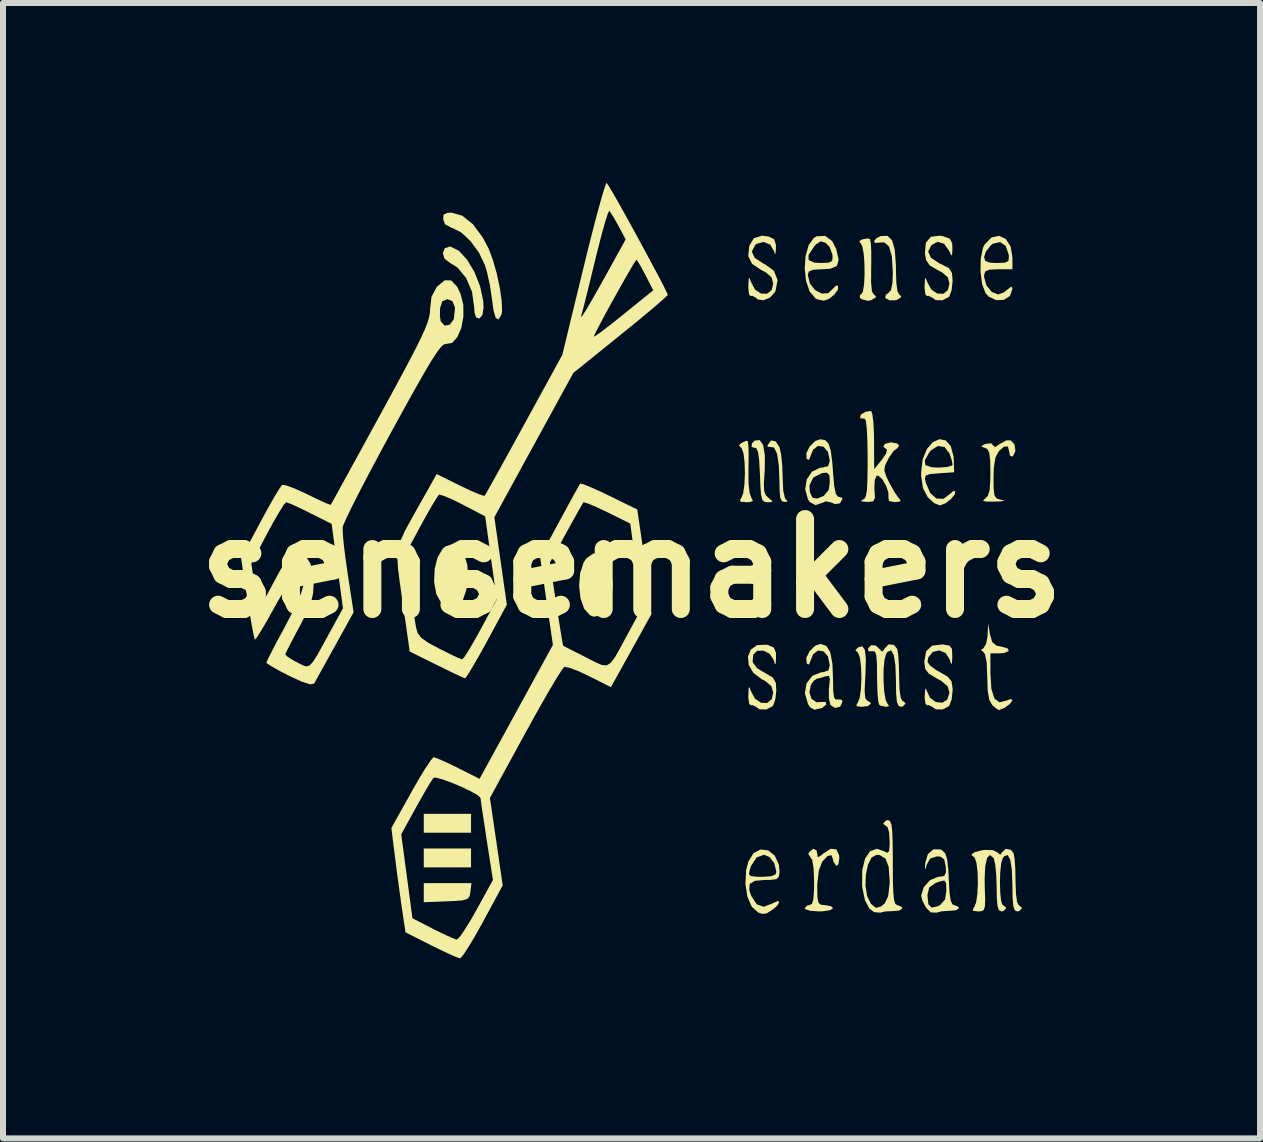
<source format=kicad_pcb>
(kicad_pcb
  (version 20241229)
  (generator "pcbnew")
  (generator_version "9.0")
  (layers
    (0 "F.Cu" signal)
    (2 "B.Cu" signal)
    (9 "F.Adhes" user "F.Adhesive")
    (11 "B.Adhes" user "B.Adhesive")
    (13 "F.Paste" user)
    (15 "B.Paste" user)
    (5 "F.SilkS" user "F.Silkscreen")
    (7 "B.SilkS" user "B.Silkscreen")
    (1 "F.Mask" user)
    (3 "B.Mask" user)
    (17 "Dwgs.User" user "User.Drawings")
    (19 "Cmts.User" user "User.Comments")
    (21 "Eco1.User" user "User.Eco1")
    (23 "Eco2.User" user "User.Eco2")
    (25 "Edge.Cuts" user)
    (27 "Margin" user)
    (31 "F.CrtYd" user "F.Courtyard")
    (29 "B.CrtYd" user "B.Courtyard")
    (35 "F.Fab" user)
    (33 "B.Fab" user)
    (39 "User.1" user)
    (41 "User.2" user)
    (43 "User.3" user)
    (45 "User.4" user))
  (footprint "sensemakers"
    (layer "F.Cu")
    (at 7.479 6.425)
    (property "Reference" "sensemakers" (at 0 0 0) (layer "F.SilkS") (effects (font (size 1.5 1.5) (thickness 0.3))))
    (attr board_only exclude_from_pos_files exclude_from_bom)
    (fp_poly (pts (xy -2.676 4.251) (xy -2.676 4.408) (xy -3.07 4.408) (xy -3.464 4.408) (xy -3.464 4.251) (xy -3.464 4.093) (xy -3.07 4.093) (xy -2.676 4.093)) (stroke (width 0) (type solid)) (fill yes) (layer "F.SilkS"))
    (fp_poly (pts (xy -2.676 4.828) (xy -2.676 4.986) (xy -3.07 4.986) (xy -3.464 4.986) (xy -3.464 4.828) (xy -3.464 4.671) (xy -3.07 4.671) (xy -2.676 4.671)) (stroke (width 0) (type solid)) (fill yes) (layer "F.SilkS"))
    (fp_poly (pts (xy -2.686 5.392) (xy -2.7 5.467) (xy -2.735 5.511) (xy -2.815 5.535) (xy -2.963 5.547) (xy -3.083 5.552) (xy -3.464 5.567) (xy -3.464 5.408) (xy -3.464 5.248) (xy -3.067 5.248) (xy -2.669 5.248)) (stroke (width 0) (type solid)) (fill yes) (layer "F.SilkS"))
    (fp_poly (pts (xy -0.516 -0.238) (xy -0.418 -0.144) (xy -0.348 0.02) (xy -0.316 0.243) (xy -0.315 0.289) (xy -0.34 0.517) (xy -0.409 0.688) (xy -0.511 0.789) (xy -0.634 0.806) (xy -0.693 0.782) (xy -0.79 0.674) (xy -0.851 0.499) (xy -0.874 0.29) (xy -0.857 0.08) (xy -0.798 -0.099) (xy -0.75 -0.169) (xy -0.63 -0.25)) (stroke (width 0) (type solid)) (fill yes) (layer "F.SilkS"))
    (fp_poly (pts (xy -2.914 -0.344) (xy -2.86 -0.293) (xy -2.776 -0.185) (xy -2.737 -0.053) (xy -2.729 0.106) (xy -2.752 0.351) (xy -2.814 0.535) (xy -2.905 0.646) (xy -3.017 0.675) (xy -3.14 0.613) (xy -3.171 0.581) (xy -3.255 0.428) (xy -3.291 0.227) (xy -3.283 0.013) (xy -3.234 -0.183) (xy -3.146 -0.329) (xy -3.092 -0.37) (xy -3.004 -0.392)) (stroke (width 0) (type solid)) (fill yes) (layer "F.SilkS"))
    (fp_poly (pts (xy -3.018 -5.363) (xy -2.879 -5.295) (xy -2.742 -5.146) (xy -2.62 -4.942) (xy -2.526 -4.705) (xy -2.473 -4.461) (xy -2.467 -4.349) (xy -2.486 -4.224) (xy -2.535 -4.164) (xy -2.59 -4.182) (xy -2.616 -4.255) (xy -2.624 -4.357) (xy -2.66 -4.612) (xy -2.759 -4.842) (xy -2.904 -5.017) (xy -3.034 -5.097) (xy -3.12 -5.165) (xy -3.146 -5.257) (xy -3.115 -5.336) (xy -3.029 -5.365)) (stroke (width 0) (type solid)) (fill yes) (layer "F.SilkS"))
    (fp_poly (pts (xy 2.402 -2.117) (xy 2.466 -2.021) (xy 2.494 -1.897) (xy 2.513 -1.711) (xy 2.519 -1.523) (xy 2.529 -1.293) (xy 2.559 -1.164) (xy 2.585 -1.137) (xy 2.603 -1.114) (xy 2.558 -1.106) (xy 2.506 -1.12) (xy 2.478 -1.181) (xy 2.468 -1.313) (xy 2.467 -1.41) (xy 2.456 -1.709) (xy 2.426 -1.911) (xy 2.376 -2.014) (xy 2.324 -2.023) (xy 2.268 -2.027) (xy 2.269 -2.056) (xy 2.327 -2.132)) (stroke (width 0) (type solid)) (fill yes) (layer "F.SilkS"))
    (fp_poly (pts (xy 1.937 -2.121) (xy 1.947 -2.061) (xy 1.952 -1.922) (xy 1.951 -1.732) (xy 1.949 -1.674) (xy 1.95 -1.426) (xy 1.969 -1.253) (xy 1.998 -1.176) (xy 2.024 -1.123) (xy 1.97 -1.104) (xy 1.911 -1.102) (xy 1.815 -1.111) (xy 1.809 -1.145) (xy 1.826 -1.165) (xy 1.861 -1.249) (xy 1.882 -1.398) (xy 1.89 -1.58) (xy 1.885 -1.762) (xy 1.867 -1.914) (xy 1.836 -2.002) (xy 1.824 -2.012) (xy 1.79 -2.048) (xy 1.835 -2.092) (xy 1.912 -2.126)) (stroke (width 0) (type solid)) (fill yes) (layer "F.SilkS"))
    (fp_poly (pts (xy 2.194 -2.054) (xy 2.223 -1.888) (xy 2.221 -1.651) (xy 2.219 -1.614) (xy 2.206 -1.414) (xy 2.211 -1.291) (xy 2.238 -1.218) (xy 2.285 -1.173) (xy 2.35 -1.119) (xy 2.323 -1.103) (xy 2.269 -1.102) (xy 2.214 -1.109) (xy 2.18 -1.144) (xy 2.159 -1.228) (xy 2.148 -1.379) (xy 2.141 -1.561) (xy 2.128 -1.799) (xy 2.108 -1.942) (xy 2.078 -2.004) (xy 2.06 -2.007) (xy 2.001 -2.024) (xy 2.007 -2.084) (xy 2.055 -2.13) (xy 2.136 -2.138)) (stroke (width 0) (type solid)) (fill yes) (layer "F.SilkS"))
    (fp_poly (pts (xy 3.89 1.361) (xy 3.907 1.511) (xy 3.9 1.756) (xy 3.896 1.824) (xy 3.886 2.042) (xy 3.897 2.166) (xy 3.928 2.204) (xy 3.985 2.24) (xy 3.988 2.257) (xy 3.943 2.295) (xy 3.847 2.309) (xy 3.754 2.3) (xy 3.752 2.264) (xy 3.768 2.246) (xy 3.803 2.162) (xy 3.824 2.013) (xy 3.832 1.831) (xy 3.827 1.649) (xy 3.809 1.497) (xy 3.777 1.409) (xy 3.765 1.399) (xy 3.732 1.363) (xy 3.778 1.318) (xy 3.848 1.299)) (stroke (width 0) (type solid)) (fill yes) (layer "F.SilkS"))
    (fp_poly (pts (xy 4.343 -5.47) (xy 4.389 -5.311) (xy 4.407 -5.058) (xy 4.408 -4.976) (xy 4.415 -4.756) (xy 4.434 -4.615) (xy 4.464 -4.566) (xy 4.495 -4.534) (xy 4.487 -4.513) (xy 4.41 -4.469) (xy 4.302 -4.467) (xy 4.228 -4.508) (xy 4.242 -4.563) (xy 4.277 -4.585) (xy 4.325 -4.637) (xy 4.35 -4.758) (xy 4.356 -4.935) (xy 4.34 -5.199) (xy 4.293 -5.365) (xy 4.214 -5.435) (xy 4.143 -5.431) (xy 4.061 -5.426) (xy 4.041 -5.451) (xy 4.085 -5.506) (xy 4.155 -5.539) (xy 4.266 -5.544)) (stroke (width 0) (type solid)) (fill yes) (layer "F.SilkS"))
    (fp_poly (pts (xy -2.824 -5.88) (xy -2.646 -5.738) (xy -2.48 -5.515) (xy -2.382 -5.33) (xy -2.31 -5.137) (xy -2.245 -4.907) (xy -2.195 -4.669) (xy -2.164 -4.453) (xy -2.159 -4.288) (xy -2.17 -4.226) (xy -2.218 -4.149) (xy -2.263 -4.173) (xy -2.3 -4.292) (xy -2.325 -4.474) (xy -2.358 -4.703) (xy -2.409 -4.935) (xy -2.445 -5.056) (xy -2.544 -5.263) (xy -2.682 -5.452) (xy -2.836 -5.598) (xy -2.984 -5.673) (xy -3.002 -5.677) (xy -3.11 -5.736) (xy -3.139 -5.812) (xy -3.135 -5.896) (xy -3.069 -5.927) (xy -3.001 -5.93)) (stroke (width 0) (type solid)) (fill yes) (layer "F.SilkS"))
    (fp_poly (pts (xy 3.975 -5.489) (xy 3.989 -5.424) (xy 3.997 -5.281) (xy 3.997 -5.086) (xy 3.995 -5.01) (xy 3.994 -4.764) (xy 4.008 -4.617) (xy 4.038 -4.566) (xy 4.04 -4.566) (xy 4.075 -4.534) (xy 4.067 -4.513) (xy 3.993 -4.469) (xy 3.936 -4.461) (xy 3.837 -4.486) (xy 3.805 -4.513) (xy 3.809 -4.562) (xy 3.828 -4.566) (xy 3.858 -4.613) (xy 3.877 -4.735) (xy 3.885 -4.901) (xy 3.883 -5.083) (xy 3.87 -5.25) (xy 3.846 -5.373) (xy 3.818 -5.421) (xy 3.795 -5.454) (xy 3.846 -5.484) (xy 3.94 -5.501)) (stroke (width 0) (type solid)) (fill yes) (layer "F.SilkS"))
    (fp_poly (pts (xy 5.976 1.102) (xy 6.014 1.231) (xy 6.085 1.289) (xy 6.153 1.302) (xy 6.27 1.335) (xy 6.29 1.378) (xy 6.215 1.411) (xy 6.14 1.417) (xy 5.983 1.417) (xy 5.983 1.748) (xy 5.999 2.008) (xy 6.049 2.17) (xy 6.133 2.234) (xy 6.236 2.209) (xy 6.326 2.178) (xy 6.35 2.2) (xy 6.31 2.259) (xy 6.221 2.324) (xy 6.133 2.361) (xy 6.121 2.362) (xy 6.068 2.329) (xy 6.013 2.279) (xy 5.964 2.192) (xy 5.938 2.04) (xy 5.93 1.811) (xy 5.921 1.569) (xy 5.892 1.43) (xy 5.865 1.395) (xy 5.826 1.361) (xy 5.865 1.334) (xy 5.909 1.266) (xy 5.935 1.138) (xy 5.937 1.111) (xy 5.944 0.918)) (stroke (width 0) (type solid)) (fill yes) (layer "F.SilkS"))
    (fp_poly (pts (xy 6.386 -2.063) (xy 6.4 -1.955) (xy 6.358 -1.869) (xy 6.35 -1.863) (xy 6.309 -1.879) (xy 6.298 -1.939) (xy 6.275 -2.031) (xy 6.21 -2.029) (xy 6.122 -1.951) (xy 6.067 -1.847) (xy 6.04 -1.676) (xy 6.035 -1.508) (xy 6.037 -1.323) (xy 6.051 -1.217) (xy 6.085 -1.166) (xy 6.149 -1.145) (xy 6.179 -1.14) (xy 6.217 -1.127) (xy 6.16 -1.116) (xy 6.061 -1.112) (xy 5.914 -1.112) (xy 5.859 -1.127) (xy 5.888 -1.157) (xy 5.891 -1.159) (xy 5.94 -1.208) (xy 5.969 -1.299) (xy 5.981 -1.457) (xy 5.983 -1.599) (xy 5.979 -1.804) (xy 5.964 -1.925) (xy 5.934 -1.987) (xy 5.891 -2.008) (xy 5.831 -2.03) (xy 5.864 -2.058) (xy 5.901 -2.074) (xy 5.996 -2.086) (xy 6.024 -2.053) (xy 6.063 -2.022) (xy 6.143 -2.076) (xy 6.144 -2.076) (xy 6.248 -2.133) (xy 6.322 -2.133)) (stroke (width 0) (type solid)) (fill yes) (layer "F.SilkS"))
    (fp_poly (pts (xy 2.287 -5.531) (xy 2.378 -5.486) (xy 2.407 -5.393) (xy 2.407 -5.334) (xy 2.399 -5.24) (xy 2.386 -5.248) (xy 2.377 -5.285) (xy 2.313 -5.396) (xy 2.201 -5.442) (xy 2.084 -5.409) (xy 2.06 -5.389) (xy 2.005 -5.281) (xy 2.052 -5.177) (xy 2.197 -5.082) (xy 2.221 -5.072) (xy 2.373 -4.961) (xy 2.435 -4.806) (xy 2.4 -4.623) (xy 2.392 -4.607) (xy 2.309 -4.514) (xy 2.199 -4.469) (xy 2.102 -4.483) (xy 2.074 -4.511) (xy 2.011 -4.544) (xy 1.991 -4.537) (xy 1.961 -4.563) (xy 1.947 -4.666) (xy 1.947 -4.707) (xy 1.953 -4.823) (xy 1.966 -4.842) (xy 1.988 -4.781) (xy 2.057 -4.65) (xy 2.157 -4.581) (xy 2.259 -4.577) (xy 2.337 -4.639) (xy 2.362 -4.747) (xy 2.335 -4.851) (xy 2.239 -4.934) (xy 2.165 -4.972) (xy 2.009 -5.076) (xy 1.946 -5.207) (xy 1.963 -5.377) (xy 2.038 -5.503) (xy 2.175 -5.546)) (stroke (width 0) (type solid)) (fill yes) (layer "F.SilkS"))
    (fp_poly (pts (xy 2.275 1.279) (xy 2.373 1.322) (xy 2.408 1.409) (xy 2.409 1.484) (xy 2.403 1.591) (xy 2.392 1.6) (xy 2.367 1.522) (xy 2.302 1.424) (xy 2.198 1.372) (xy 2.094 1.376) (xy 2.029 1.44) (xy 2.018 1.563) (xy 2.096 1.668) (xy 2.233 1.749) (xy 2.354 1.82) (xy 2.405 1.908) (xy 2.414 2.035) (xy 2.398 2.183) (xy 2.36 2.288) (xy 2.351 2.299) (xy 2.247 2.353) (xy 2.133 2.351) (xy 2.072 2.308) (xy 2.01 2.278) (xy 1.991 2.285) (xy 1.961 2.259) (xy 1.947 2.157) (xy 1.947 2.115) (xy 1.953 1.999) (xy 1.966 1.98) (xy 1.988 2.042) (xy 2.057 2.173) (xy 2.157 2.241) (xy 2.26 2.245) (xy 2.337 2.182) (xy 2.362 2.074) (xy 2.333 1.966) (xy 2.233 1.881) (xy 2.176 1.852) (xy 2.031 1.744) (xy 1.954 1.61) (xy 1.941 1.473) (xy 1.989 1.355) (xy 2.092 1.281) (xy 2.248 1.273)) (stroke (width 0) (type solid)) (fill yes) (layer "F.SilkS"))
    (fp_poly (pts (xy 2.278 4.703) (xy 2.387 4.789) (xy 2.455 4.936) (xy 2.467 5.044) (xy 2.459 5.138) (xy 2.417 5.182) (xy 2.313 5.195) (xy 2.233 5.195) (xy 2.056 5.21) (xy 1.969 5.263) (xy 1.963 5.365) (xy 1.994 5.457) (xy 2.086 5.601) (xy 2.204 5.643) (xy 2.343 5.589) (xy 2.436 5.546) (xy 2.464 5.565) (xy 2.426 5.627) (xy 2.35 5.691) (xy 2.252 5.753) (xy 2.185 5.762) (xy 2.111 5.738) (xy 2.005 5.643) (xy 1.932 5.476) (xy 1.899 5.266) (xy 1.907 5.097) (xy 1.957 5.097) (xy 1.99 5.132) (xy 2.094 5.142) (xy 2.174 5.143) (xy 2.329 5.134) (xy 2.402 5.101) (xy 2.414 5.061) (xy 2.381 4.919) (xy 2.299 4.812) (xy 2.209 4.776) (xy 2.085 4.82) (xy 1.994 4.959) (xy 1.971 5.025) (xy 1.957 5.097) (xy 1.907 5.097) (xy 1.909 5.041) (xy 1.947 4.888) (xy 2.035 4.746) (xy 2.153 4.687)) (stroke (width 0) (type solid)) (fill yes) (layer "F.SilkS"))
    (fp_poly (pts (xy 3.084 4.702) (xy 3.096 4.758) (xy 3.104 4.815) (xy 3.144 4.799) (xy 3.192 4.758) (xy 3.321 4.676) (xy 3.414 4.686) (xy 3.461 4.784) (xy 3.464 4.831) (xy 3.449 4.936) (xy 3.413 4.96) (xy 3.411 4.959) (xy 3.363 4.883) (xy 3.359 4.851) (xy 3.333 4.783) (xy 3.267 4.797) (xy 3.179 4.891) (xy 3.178 4.892) (xy 3.123 5.037) (xy 3.097 5.255) (xy 3.096 5.312) (xy 3.099 5.483) (xy 3.116 5.573) (xy 3.156 5.609) (xy 3.227 5.615) (xy 3.326 5.633) (xy 3.359 5.668) (xy 3.312 5.699) (xy 3.193 5.718) (xy 3.123 5.72) (xy 2.982 5.71) (xy 2.897 5.683) (xy 2.886 5.668) (xy 2.929 5.621) (xy 2.965 5.615) (xy 3.007 5.595) (xy 3.031 5.52) (xy 3.042 5.371) (xy 3.044 5.226) (xy 3.035 4.995) (xy 3.011 4.856) (xy 2.982 4.816) (xy 2.948 4.764) (xy 2.959 4.733) (xy 3.029 4.674)) (stroke (width 0) (type solid)) (fill yes) (layer "F.SilkS"))
    (fp_poly (pts (xy 5.193 -5.537) (xy 5.306 -5.497) (xy 5.346 -5.419) (xy 5.35 -5.336) (xy 5.345 -5.229) (xy 5.329 -5.219) (xy 5.298 -5.288) (xy 5.213 -5.409) (xy 5.104 -5.444) (xy 5.001 -5.39) (xy 4.945 -5.282) (xy 4.991 -5.178) (xy 5.136 -5.082) (xy 5.167 -5.069) (xy 5.29 -5.005) (xy 5.342 -4.925) (xy 5.353 -4.789) (xy 5.337 -4.641) (xy 5.299 -4.535) (xy 5.29 -4.524) (xy 5.185 -4.469) (xy 5.072 -4.471) (xy 5.011 -4.514) (xy 4.948 -4.544) (xy 4.929 -4.537) (xy 4.9 -4.563) (xy 4.886 -4.666) (xy 4.886 -4.707) (xy 4.892 -4.823) (xy 4.905 -4.842) (xy 4.926 -4.781) (xy 4.996 -4.65) (xy 5.096 -4.581) (xy 5.198 -4.577) (xy 5.275 -4.639) (xy 5.3 -4.747) (xy 5.274 -4.851) (xy 5.179 -4.933) (xy 5.104 -4.972) (xy 4.972 -5.049) (xy 4.91 -5.139) (xy 4.891 -5.253) (xy 4.907 -5.43) (xy 4.991 -5.528) (xy 5.142 -5.546)) (stroke (width 0) (type solid)) (fill yes) (layer "F.SilkS"))
    (fp_poly (pts (xy 6.24 -5.49) (xy 6.321 -5.363) (xy 6.35 -5.187) (xy 6.35 -4.986) (xy 6.114 -4.986) (xy 5.968 -4.98) (xy 5.899 -4.953) (xy 5.878 -4.89) (xy 5.878 -4.858) (xy 5.915 -4.719) (xy 6.005 -4.608) (xy 6.114 -4.566) (xy 6.206 -4.6) (xy 6.268 -4.648) (xy 6.331 -4.699) (xy 6.35 -4.667) (xy 6.35 -4.659) (xy 6.309 -4.541) (xy 6.208 -4.476) (xy 6.079 -4.471) (xy 5.955 -4.529) (xy 5.901 -4.589) (xy 5.845 -4.739) (xy 5.818 -4.944) (xy 5.822 -5.158) (xy 5.827 -5.187) (xy 5.878 -5.187) (xy 5.898 -5.124) (xy 5.977 -5.096) (xy 6.091 -5.09) (xy 6.226 -5.096) (xy 6.284 -5.126) (xy 6.291 -5.199) (xy 6.288 -5.23) (xy 6.238 -5.375) (xy 6.144 -5.44) (xy 6.027 -5.413) (xy 5.986 -5.382) (xy 5.905 -5.275) (xy 5.878 -5.187) (xy 5.827 -5.187) (xy 5.857 -5.337) (xy 5.884 -5.396) (xy 6.001 -5.516) (xy 6.126 -5.544)) (stroke (width 0) (type solid)) (fill yes) (layer "F.SilkS"))
    (fp_poly (pts (xy 3.346 -5.455) (xy 3.413 -5.322) (xy 3.453 -5.146) (xy 3.424 -5.042) (xy 3.314 -4.994) (xy 3.177 -4.986) (xy 3.026 -4.978) (xy 2.955 -4.948) (xy 2.939 -4.892) (xy 2.973 -4.749) (xy 3.058 -4.64) (xy 3.168 -4.581) (xy 3.278 -4.587) (xy 3.352 -4.657) (xy 3.409 -4.715) (xy 3.442 -4.71) (xy 3.442 -4.648) (xy 3.382 -4.565) (xy 3.293 -4.492) (xy 3.206 -4.462) (xy 3.095 -4.485) (xy 3.065 -4.501) (xy 2.968 -4.618) (xy 2.909 -4.795) (xy 2.887 -5.002) (xy 2.902 -5.209) (xy 2.906 -5.224) (xy 2.951 -5.224) (xy 2.952 -5.139) (xy 3.047 -5.097) (xy 3.152 -5.09) (xy 3.287 -5.096) (xy 3.345 -5.126) (xy 3.352 -5.199) (xy 3.349 -5.23) (xy 3.303 -5.356) (xy 3.237 -5.426) (xy 3.155 -5.452) (xy 3.077 -5.402) (xy 3.041 -5.36) (xy 2.951 -5.224) (xy 2.906 -5.224) (xy 2.953 -5.388) (xy 3.04 -5.51) (xy 3.085 -5.535) (xy 3.228 -5.543)) (stroke (width 0) (type solid)) (fill yes) (layer "F.SilkS"))
    (fp_poly (pts (xy 5.237 -2.133) (xy 5.321 -2.039) (xy 5.369 -1.864) (xy 5.373 -1.796) (xy 5.379 -1.601) (xy 5.125 -1.584) (xy 4.974 -1.571) (xy 4.904 -1.546) (xy 4.892 -1.493) (xy 4.906 -1.427) (xy 4.979 -1.256) (xy 5.083 -1.164) (xy 5.2 -1.159) (xy 5.301 -1.235) (xy 5.367 -1.288) (xy 5.395 -1.287) (xy 5.389 -1.232) (xy 5.324 -1.154) (xy 5.232 -1.083) (xy 5.144 -1.05) (xy 5.139 -1.05) (xy 5.044 -1.088) (xy 4.942 -1.182) (xy 4.937 -1.188) (xy 4.859 -1.336) (xy 4.829 -1.537) (xy 4.828 -1.601) (xy 4.852 -1.799) (xy 4.889 -1.799) (xy 4.9 -1.72) (xy 5.002 -1.685) (xy 5.117 -1.679) (xy 5.258 -1.689) (xy 5.342 -1.714) (xy 5.353 -1.728) (xy 5.336 -1.81) (xy 5.302 -1.912) (xy 5.22 -2.021) (xy 5.108 -2.04) (xy 4.992 -1.967) (xy 4.962 -1.93) (xy 4.889 -1.799) (xy 4.852 -1.799) (xy 4.855 -1.822) (xy 4.926 -1.992) (xy 5.024 -2.104) (xy 5.133 -2.153)) (stroke (width 0) (type solid)) (fill yes) (layer "F.SilkS"))
    (fp_poly (pts (xy 5.189 1.269) (xy 5.299 1.288) (xy 5.342 1.343) (xy 5.348 1.467) (xy 5.342 1.58) (xy 5.33 1.595) (xy 5.306 1.522) (xy 5.236 1.411) (xy 5.129 1.369) (xy 5.022 1.395) (xy 4.948 1.484) (xy 4.934 1.56) (xy 4.976 1.621) (xy 5.084 1.699) (xy 5.143 1.732) (xy 5.275 1.809) (xy 5.336 1.887) (xy 5.353 2.004) (xy 5.353 2.037) (xy 5.337 2.184) (xy 5.298 2.288) (xy 5.29 2.299) (xy 5.185 2.353) (xy 5.072 2.351) (xy 5.011 2.308) (xy 4.948 2.278) (xy 4.929 2.285) (xy 4.9 2.259) (xy 4.887 2.157) (xy 4.888 2.115) (xy 4.897 2.015) (xy 4.911 2.005) (xy 4.917 2.03) (xy 4.976 2.158) (xy 5.073 2.229) (xy 5.179 2.241) (xy 5.264 2.19) (xy 5.3 2.074) (xy 5.3 2.07) (xy 5.271 1.969) (xy 5.17 1.881) (xy 5.09 1.837) (xy 4.957 1.757) (xy 4.896 1.678) (xy 4.881 1.562) (xy 4.881 1.553) (xy 4.912 1.382) (xy 5.011 1.289) (xy 5.185 1.269)) (stroke (width 0) (type solid)) (fill yes) (layer "F.SilkS"))
    (fp_poly (pts (xy 4.374 1.276) (xy 4.429 1.343) (xy 4.445 1.434) (xy 4.456 1.596) (xy 4.461 1.796) (xy 4.461 1.815) (xy 4.467 2.012) (xy 4.485 2.148) (xy 4.511 2.204) (xy 4.513 2.204) (xy 4.564 2.244) (xy 4.566 2.257) (xy 4.523 2.303) (xy 4.487 2.309) (xy 4.448 2.29) (xy 4.423 2.22) (xy 4.411 2.082) (xy 4.408 1.866) (xy 4.399 1.61) (xy 4.371 1.443) (xy 4.327 1.368) (xy 4.269 1.392) (xy 4.246 1.423) (xy 4.217 1.524) (xy 4.202 1.686) (xy 4.201 1.876) (xy 4.213 2.057) (xy 4.237 2.194) (xy 4.261 2.246) (xy 4.294 2.297) (xy 4.244 2.309) (xy 4.15 2.289) (xy 4.128 2.274) (xy 4.112 2.209) (xy 4.1 2.065) (xy 4.094 1.871) (xy 4.093 1.796) (xy 4.091 1.579) (xy 4.08 1.449) (xy 4.059 1.389) (xy 4.023 1.381) (xy 4.015 1.383) (xy 3.947 1.383) (xy 3.944 1.333) (xy 3.996 1.281) (xy 4.071 1.287) (xy 4.121 1.332) (xy 4.176 1.39) (xy 4.208 1.36) (xy 4.217 1.34) (xy 4.285 1.268)) (stroke (width 0) (type solid)) (fill yes) (layer "F.SilkS"))
    (fp_poly (pts (xy 3.228 -2.137) (xy 3.284 -2.08) (xy 3.321 -1.963) (xy 3.346 -1.771) (xy 3.359 -1.601) (xy 3.379 -1.372) (xy 3.406 -1.24) (xy 3.442 -1.194) (xy 3.451 -1.194) (xy 3.511 -1.176) (xy 3.516 -1.158) (xy 3.476 -1.084) (xy 3.39 -1.07) (xy 3.341 -1.095) (xy 3.241 -1.118) (xy 3.199 -1.1) (xy 3.069 -1.053) (xy 2.971 -1.105) (xy 2.941 -1.151) (xy 2.895 -1.32) (xy 2.905 -1.383) (xy 2.966 -1.383) (xy 2.974 -1.268) (xy 3.019 -1.175) (xy 3.1 -1.164) (xy 3.205 -1.209) (xy 3.287 -1.306) (xy 3.306 -1.438) (xy 3.298 -1.555) (xy 3.256 -1.595) (xy 3.173 -1.587) (xy 3.031 -1.515) (xy 2.966 -1.383) (xy 2.905 -1.383) (xy 2.922 -1.484) (xy 3.009 -1.612) (xy 3.142 -1.677) (xy 3.178 -1.679) (xy 3.277 -1.703) (xy 3.305 -1.79) (xy 3.305 -1.797) (xy 3.274 -1.943) (xy 3.2 -2.027) (xy 3.108 -2.041) (xy 3.027 -1.978) (xy 2.991 -1.89) (xy 2.959 -1.807) (xy 2.921 -1.824) (xy 2.919 -1.826) (xy 2.914 -1.921) (xy 2.971 -2.032) (xy 3.062 -2.122) (xy 3.147 -2.152)) (stroke (width 0) (type solid)) (fill yes) (layer "F.SilkS"))
    (fp_poly (pts (xy 5.15 4.686) (xy 5.182 4.703) (xy 5.231 4.755) (xy 5.262 4.854) (xy 5.281 5.02) (xy 5.289 5.188) (xy 5.302 5.409) (xy 5.321 5.542) (xy 5.352 5.604) (xy 5.381 5.615) (xy 5.45 5.643) (xy 5.458 5.666) (xy 5.413 5.7) (xy 5.314 5.709) (xy 5.172 5.718) (xy 5.083 5.741) (xy 4.988 5.736) (xy 4.912 5.66) (xy 4.849 5.542) (xy 4.828 5.458) (xy 4.831 5.448) (xy 4.933 5.448) (xy 4.948 5.599) (xy 5.002 5.657) (xy 5.106 5.634) (xy 5.146 5.613) (xy 5.227 5.521) (xy 5.248 5.377) (xy 5.244 5.249) (xy 5.214 5.204) (xy 5.13 5.223) (xy 5.068 5.247) (xy 4.963 5.319) (xy 4.933 5.445) (xy 4.933 5.448) (xy 4.831 5.448) (xy 4.871 5.317) (xy 4.976 5.199) (xy 5.107 5.144) (xy 5.123 5.143) (xy 5.212 5.13) (xy 5.242 5.071) (xy 5.238 4.972) (xy 5.213 4.853) (xy 5.151 4.807) (xy 5.093 4.802) (xy 4.978 4.838) (xy 4.925 4.933) (xy 4.898 5.017) (xy 4.891 5.005) (xy 4.897 4.912) (xy 4.94 4.766) (xy 5.033 4.685)) (stroke (width 0) (type solid)) (fill yes) (layer "F.SilkS"))
    (fp_poly (pts (xy 3.248 1.293) (xy 3.313 1.4) (xy 3.349 1.591) (xy 3.359 1.839) (xy 3.362 2.036) (xy 3.375 2.146) (xy 3.402 2.188) (xy 3.437 2.185) (xy 3.505 2.192) (xy 3.516 2.226) (xy 3.478 2.307) (xy 3.395 2.328) (xy 3.318 2.28) (xy 3.314 2.272) (xy 3.29 2.167) (xy 3.29 2.014) (xy 3.294 1.977) (xy 3.307 1.845) (xy 3.29 1.794) (xy 3.237 1.8) (xy 3.231 1.802) (xy 3.13 1.832) (xy 3.094 1.837) (xy 3.035 1.878) (xy 2.991 1.942) (xy 2.964 2.067) (xy 3.001 2.175) (xy 3.085 2.233) (xy 3.152 2.229) (xy 3.236 2.227) (xy 3.248 2.271) (xy 3.181 2.325) (xy 3.171 2.33) (xy 3.05 2.358) (xy 2.975 2.315) (xy 2.941 2.26) (xy 2.89 2.082) (xy 2.918 1.917) (xy 3.013 1.792) (xy 3.162 1.733) (xy 3.192 1.732) (xy 3.283 1.702) (xy 3.305 1.614) (xy 3.274 1.468) (xy 3.2 1.384) (xy 3.108 1.37) (xy 3.027 1.434) (xy 2.991 1.522) (xy 2.959 1.605) (xy 2.921 1.587) (xy 2.919 1.585) (xy 2.914 1.49) (xy 2.971 1.379) (xy 3.062 1.29) (xy 3.148 1.26)) (stroke (width 0) (type solid)) (fill yes) (layer "F.SilkS"))
    (fp_poly (pts (xy 4.309 4.213) (xy 4.332 4.268) (xy 4.346 4.379) (xy 4.353 4.56) (xy 4.356 4.827) (xy 4.356 4.907) (xy 4.357 5.197) (xy 4.364 5.398) (xy 4.376 5.524) (xy 4.396 5.591) (xy 4.426 5.615) (xy 4.435 5.615) (xy 4.504 5.644) (xy 4.513 5.669) (xy 4.468 5.705) (xy 4.369 5.714) (xy 4.23 5.721) (xy 4.143 5.741) (xy 4.043 5.732) (xy 3.963 5.669) (xy 3.891 5.532) (xy 3.848 5.327) (xy 3.844 5.293) (xy 3.9 5.293) (xy 3.928 5.464) (xy 3.992 5.594) (xy 4.076 5.661) (xy 4.162 5.637) (xy 4.221 5.585) (xy 4.279 5.465) (xy 4.303 5.253) (xy 4.303 5.202) (xy 4.287 4.977) (xy 4.234 4.84) (xy 4.138 4.781) (xy 4.087 4.776) (xy 4.002 4.822) (xy 3.941 4.943) (xy 3.906 5.11) (xy 3.9 5.293) (xy 3.844 5.293) (xy 3.844 5.286) (xy 3.846 5.033) (xy 3.893 4.84) (xy 3.976 4.717) (xy 4.09 4.676) (xy 4.205 4.715) (xy 4.265 4.743) (xy 4.294 4.715) (xy 4.303 4.611) (xy 4.303 4.54) (xy 4.293 4.399) (xy 4.267 4.314) (xy 4.251 4.303) (xy 4.2 4.263) (xy 4.198 4.251) (xy 4.241 4.204) (xy 4.277 4.198)) (stroke (width 0) (type solid)) (fill yes) (layer "F.SilkS"))
    (fp_poly (pts (xy 4.014 -2.575) (xy 4.031 -2.445) (xy 4.041 -2.256) (xy 4.043 -2.139) (xy 4.045 -1.653) (xy 4.173 -1.811) (xy 4.243 -1.913) (xy 4.258 -1.978) (xy 4.25 -1.985) (xy 4.197 -2.029) (xy 4.226 -2.076) (xy 4.321 -2.099) (xy 4.33 -2.099) (xy 4.428 -2.081) (xy 4.461 -2.047) (xy 4.427 -1.996) (xy 4.417 -1.994) (xy 4.365 -1.952) (xy 4.295 -1.849) (xy 4.279 -1.821) (xy 4.226 -1.713) (xy 4.215 -1.629) (xy 4.248 -1.528) (xy 4.304 -1.414) (xy 4.384 -1.271) (xy 4.455 -1.168) (xy 4.481 -1.142) (xy 4.481 -1.115) (xy 4.397 -1.103) (xy 4.397 -1.103) (xy 4.295 -1.119) (xy 4.282 -1.174) (xy 4.283 -1.176) (xy 4.282 -1.266) (xy 4.241 -1.381) (xy 4.18 -1.485) (xy 4.116 -1.544) (xy 4.086 -1.544) (xy 4.055 -1.474) (xy 4.048 -1.344) (xy 4.05 -1.306) (xy 4.058 -1.175) (xy 4.031 -1.118) (xy 3.951 -1.107) (xy 3.911 -1.108) (xy 3.828 -1.118) (xy 3.835 -1.135) (xy 3.844 -1.138) (xy 3.882 -1.159) (xy 3.908 -1.207) (xy 3.924 -1.302) (xy 3.932 -1.459) (xy 3.936 -1.696) (xy 3.936 -1.844) (xy 3.932 -2.12) (xy 3.922 -2.329) (xy 3.907 -2.458) (xy 3.887 -2.495) (xy 3.887 -2.495) (xy 3.82 -2.5) (xy 3.809 -2.513) (xy 3.824 -2.565) (xy 3.905 -2.61) (xy 3.993 -2.624)) (stroke (width 0) (type solid)) (fill yes) (layer "F.SilkS"))
    (fp_poly (pts (xy 6.324 4.693) (xy 6.371 4.754) (xy 6.386 4.845) (xy 6.398 5.007) (xy 6.402 5.207) (xy 6.402 5.226) (xy 6.409 5.423) (xy 6.427 5.56) (xy 6.453 5.615) (xy 6.455 5.615) (xy 6.506 5.655) (xy 6.507 5.668) (xy 6.465 5.714) (xy 6.429 5.72) (xy 6.389 5.701) (xy 6.365 5.632) (xy 6.353 5.493) (xy 6.35 5.277) (xy 6.34 5.021) (xy 6.313 4.854) (xy 6.269 4.779) (xy 6.211 4.803) (xy 6.187 4.834) (xy 6.162 4.922) (xy 6.147 5.068) (xy 6.142 5.241) (xy 6.147 5.41) (xy 6.161 5.544) (xy 6.185 5.612) (xy 6.193 5.615) (xy 6.244 5.655) (xy 6.245 5.668) (xy 6.203 5.714) (xy 6.166 5.72) (xy 6.125 5.7) (xy 6.101 5.627) (xy 6.089 5.481) (xy 6.087 5.314) (xy 6.08 5.108) (xy 6.063 4.939) (xy 6.039 4.836) (xy 6.034 4.828) (xy 5.975 4.78) (xy 5.929 4.826) (xy 5.898 4.959) (xy 5.887 5.169) (xy 5.889 5.314) (xy 5.896 5.518) (xy 5.891 5.639) (xy 5.871 5.698) (xy 5.827 5.718) (xy 5.776 5.72) (xy 5.69 5.71) (xy 5.697 5.671) (xy 5.71 5.657) (xy 5.744 5.573) (xy 5.766 5.425) (xy 5.774 5.244) (xy 5.769 5.063) (xy 5.751 4.912) (xy 5.72 4.823) (xy 5.707 4.813) (xy 5.664 4.776) (xy 5.711 4.736) (xy 5.835 4.702) (xy 5.883 4.695) (xy 6.022 4.698) (xy 6.102 4.737) (xy 6.148 4.775) (xy 6.175 4.736) (xy 6.241 4.676)) (stroke (width 0) (type solid)) (fill yes) (layer "F.SilkS"))
    (fp_poly (pts (xy -0.804 -1.402) (xy -0.679 -1.352) (xy -0.503 -1.272) (xy -0.371 -1.209) (xy 0.095 -0.981) (xy 0.154 -0.582) (xy 0.19 -0.331) (xy 0.231 -0.035) (xy 0.268 0.25) (xy 0.273 0.289) (xy 0.333 0.761) (xy -0.005 1.371) (xy -0.344 1.981) (xy -0.702 1.801) (xy -0.881 1.717) (xy -1.028 1.66) (xy -1.114 1.642) (xy -1.121 1.643) (xy -1.162 1.694) (xy -1.245 1.824) (xy -1.362 2.02) (xy -1.506 2.27) (xy -1.667 2.559) (xy -1.771 2.747) (xy -2.361 3.828) (xy -2.254 4.557) (xy -2.148 5.286) (xy -2.478 5.896) (xy -2.604 6.122) (xy -2.716 6.309) (xy -2.803 6.442) (xy -2.855 6.501) (xy -2.86 6.503) (xy -2.928 6.48) (xy -3.064 6.419) (xy -3.246 6.332) (xy -3.341 6.285) (xy -3.768 6.069) (xy -3.828 5.672) (xy -3.863 5.421) (xy -3.904 5.125) (xy -3.94 4.841) (xy -3.945 4.802) (xy -3.991 4.435) (xy -3.84 4.435) (xy -3.746 5.134) (xy -3.653 5.834) (xy -3.309 6.011) (xy -3.134 6.097) (xy -2.994 6.161) (xy -2.916 6.19) (xy -2.912 6.19) (xy -2.867 6.148) (xy -2.785 6.032) (xy -2.679 5.86) (xy -2.585 5.694) (xy -2.311 5.196) (xy -2.415 4.527) (xy -2.453 4.273) (xy -2.486 4.06) (xy -2.508 3.905) (xy -2.518 3.831) (xy -2.518 3.828) (xy -2.564 3.783) (xy -2.679 3.718) (xy -2.836 3.643) (xy -3.005 3.572) (xy -3.159 3.516) (xy -3.267 3.489) (xy -3.301 3.493) (xy -3.346 3.558) (xy -3.427 3.693) (xy -3.53 3.874) (xy -3.594 3.988) (xy -3.84 4.435) (xy -3.991 4.435) (xy -4.004 4.33) (xy -3.675 3.739) (xy -3.549 3.518) (xy -3.437 3.334) (xy -3.351 3.206) (xy -3.303 3.15) (xy -3.299 3.149) (xy -3.232 3.171) (xy -3.098 3.23) (xy -2.925 3.313) (xy -2.893 3.329) (xy -2.534 3.51) (xy -1.922 2.393) (xy -1.311 1.276) (xy -1.418 0.544) (xy -1.511 -0.097) (xy -1.361 -0.097) (xy -1.255 0.593) (xy -1.215 0.847) (xy -1.181 1.061) (xy -1.155 1.214) (xy -1.14 1.287) (xy -1.139 1.291) (xy -1.09 1.317) (xy -0.971 1.378) (xy -0.805 1.461) (xy -0.762 1.483) (xy -0.605 1.564) (xy -0.495 1.612) (xy -0.413 1.618) (xy -0.343 1.573) (xy -0.266 1.466) (xy -0.167 1.287) (xy -0.056 1.081) (xy 0.169 0.666) (xy 0.074 -0.04) (xy -0.021 -0.746) (xy -0.402 -0.935) (xy -0.581 -1.019) (xy -0.72 -1.078) (xy -0.796 -1.101) (xy -0.803 -1.1) (xy -0.835 -1.046) (xy -0.905 -0.922) (xy -1.004 -0.745) (xy -1.091 -0.586) (xy -1.361 -0.097) (xy -1.511 -0.097) (xy -1.525 -0.187) (xy -1.2 -0.789) (xy -1.077 -1.015) (xy -0.973 -1.206) (xy -0.896 -1.344) (xy -0.858 -1.411) (xy -0.856 -1.414)) (stroke (width 0) (type solid)) (fill yes) (layer "F.SilkS"))
    (fp_poly (pts (xy -0.38 -6.375) (xy -0.305 -6.248) (xy -0.2 -6.064) (xy -0.074 -5.838) (xy 0.063 -5.589) (xy 0.202 -5.333) (xy 0.334 -5.088) (xy 0.45 -4.87) (xy 0.539 -4.699) (xy 0.592 -4.589) (xy 0.604 -4.56) (xy 0.565 -4.518) (xy 0.456 -4.422) (xy 0.291 -4.281) (xy 0.081 -4.107) (xy -0.161 -3.911) (xy -0.184 -3.892) (xy -0.971 -3.257) (xy -1.629 -2.055) (xy -2.287 -0.852) (xy -2.183 -0.122) (xy -2.079 0.607) (xy -2.412 1.222) (xy -2.537 1.448) (xy -2.646 1.636) (xy -2.727 1.77) (xy -2.772 1.831) (xy -2.777 1.833) (xy -2.834 1.81) (xy -2.963 1.75) (xy -3.141 1.663) (xy -3.253 1.608) (xy -3.698 1.387) (xy -3.818 0.549) (xy -3.864 0.235) (xy -3.894 -0.000304) (xy -3.904 -0.18) (xy -3.901 -0.216) (xy -3.782 -0.216) (xy -3.702 0.299) (xy -3.664 0.54) (xy -3.629 0.762) (xy -3.602 0.929) (xy -3.593 0.985) (xy -3.565 1.081) (xy -3.506 1.158) (xy -3.394 1.238) (xy -3.212 1.336) (xy -3.038 1.423) (xy -2.902 1.488) (xy -2.828 1.518) (xy -2.824 1.519) (xy -2.786 1.477) (xy -2.711 1.361) (xy -2.611 1.189) (xy -2.518 1.021) (xy -2.247 0.52) (xy -2.344 -0.173) (xy -2.44 -0.866) (xy -2.807 -1.058) (xy -2.983 -1.146) (xy -3.124 -1.206) (xy -3.203 -1.229) (xy -3.21 -1.228) (xy -3.249 -1.174) (xy -3.326 -1.049) (xy -3.427 -0.871) (xy -3.515 -0.71) (xy -3.782 -0.216) (xy -3.901 -0.216) (xy -3.89 -0.33) (xy -3.847 -0.473) (xy -3.772 -0.636) (xy -3.659 -0.842) (xy -3.536 -1.061) (xy -3.249 -1.571) (xy -2.86 -1.379) (xy -2.679 -1.293) (xy -2.537 -1.233) (xy -2.458 -1.208) (xy -2.449 -1.21) (xy -2.419 -1.26) (xy -2.346 -1.39) (xy -2.236 -1.587) (xy -2.097 -1.839) (xy -1.936 -2.132) (xy -1.791 -2.396) (xy -1.154 -3.559) (xy -1.081 -3.861) (xy -0.63 -3.861) (xy -0.592 -3.881) (xy -0.488 -3.956) (xy -0.335 -4.074) (xy -0.147 -4.224) (xy -0.135 -4.234) (xy 0.361 -4.635) (xy 0.232 -4.889) (xy 0.157 -5.029) (xy 0.101 -5.122) (xy 0.082 -5.143) (xy 0.05 -5.1) (xy -0.019 -4.985) (xy -0.115 -4.818) (xy -0.227 -4.619) (xy -0.344 -4.409) (xy -0.454 -4.208) (xy -0.545 -4.036) (xy -0.608 -3.913) (xy -0.63 -3.861) (xy -1.081 -3.861) (xy -1.001 -4.192) (xy -0.844 -4.192) (xy -0.82 -4.211) (xy -0.755 -4.312) (xy -0.646 -4.498) (xy -0.491 -4.773) (xy -0.445 -4.856) (xy -0.098 -5.484) (xy -0.219 -5.711) (xy -0.296 -5.847) (xy -0.355 -5.939) (xy -0.372 -5.959) (xy -0.394 -5.917) (xy -0.435 -5.79) (xy -0.491 -5.594) (xy -0.555 -5.345) (xy -0.603 -5.154) (xy -0.672 -4.869) (xy -0.734 -4.617) (xy -0.784 -4.417) (xy -0.818 -4.287) (xy -0.829 -4.251) (xy -0.844 -4.192) (xy -1.001 -4.192) (xy -0.803 -5.004) (xy -0.712 -5.375) (xy -0.627 -5.709) (xy -0.551 -5.994) (xy -0.489 -6.216) (xy -0.443 -6.364) (xy -0.417 -6.425) (xy -0.415 -6.425)) (stroke (width 0) (type solid)) (fill yes) (layer "F.SilkS"))
    (fp_poly (pts (xy -3.007 -4.8) (xy -2.908 -4.695) (xy -2.852 -4.581) (xy -2.805 -4.396) (xy -2.803 -4.197) (xy -2.838 -4.008) (xy -2.904 -3.854) (xy -2.993 -3.757) (xy -3.095 -3.741) (xy -3.13 -3.733) (xy -3.178 -3.689) (xy -3.246 -3.6) (xy -3.338 -3.458) (xy -3.459 -3.255) (xy -3.614 -2.982) (xy -3.809 -2.631) (xy -3.996 -2.291) (xy -4.193 -1.926) (xy -4.374 -1.586) (xy -4.533 -1.282) (xy -4.662 -1.027) (xy -4.755 -0.834) (xy -4.808 -0.713) (xy -4.816 -0.684) (xy -4.814 -0.581) (xy -4.798 -0.401) (xy -4.769 -0.168) (xy -4.732 0.091) (xy -4.634 0.733) (xy -4.946 1.298) (xy -5.07 1.521) (xy -5.176 1.712) (xy -5.254 1.853) (xy -5.292 1.922) (xy -5.293 1.922) (xy -5.356 1.935) (xy -5.499 1.889) (xy -5.707 1.793) (xy -5.883 1.702) (xy -6.016 1.626) (xy -6.084 1.579) (xy -6.088 1.572) (xy -6.064 1.516) (xy -5.999 1.387) (xy -5.903 1.203) (xy -5.784 0.983) (xy -5.769 0.955) (xy -5.612 0.653) (xy -5.513 0.43) (xy -5.469 0.278) (xy -5.467 0.224) (xy -5.497 0.111) (xy -5.552 0.084) (xy -5.635 0.147) (xy -5.749 0.302) (xy -5.898 0.551) (xy -5.95 0.645) (xy -6.069 0.859) (xy -6.171 1.033) (xy -6.244 1.148) (xy -6.279 1.19) (xy -6.28 1.189) (xy -6.296 1.132) (xy -6.324 0.991) (xy -6.36 0.787) (xy -6.4 0.54) (xy -6.406 0.501) (xy -6.496 -0.079) (xy -6.339 -0.079) (xy -6.286 0.275) (xy -6.254 0.447) (xy -6.218 0.563) (xy -6.187 0.6) (xy -6.186 0.599) (xy -6.138 0.539) (xy -6.063 0.415) (xy -6.001 0.298) (xy -5.855 0.028) (xy -5.734 -0.149) (xy -5.631 -0.242) (xy -5.562 -0.262) (xy -5.44 -0.214) (xy -5.353 -0.078) (xy -5.306 0.133) (xy -5.3 0.256) (xy -5.309 0.414) (xy -5.342 0.561) (xy -5.41 0.729) (xy -5.524 0.95) (xy -5.537 0.974) (xy -5.639 1.165) (xy -5.719 1.32) (xy -5.766 1.416) (xy -5.773 1.437) (xy -5.731 1.477) (xy -5.625 1.542) (xy -5.577 1.567) (xy -5.49 1.613) (xy -5.426 1.635) (xy -5.372 1.623) (xy -5.314 1.563) (xy -5.239 1.446) (xy -5.135 1.257) (xy -5.038 1.08) (xy -4.811 0.665) (xy -4.906 -0.038) (xy -5 -0.741) (xy -5.359 -0.921) (xy -5.535 -1.008) (xy -5.675 -1.071) (xy -5.753 -1.101) (xy -5.758 -1.102) (xy -5.798 -1.058) (xy -5.873 -0.94) (xy -5.974 -0.766) (xy -6.069 -0.59) (xy -6.339 -0.079) (xy -6.496 -0.079) (xy -6.51 -0.166) (xy -6.191 -0.764) (xy -6.068 -0.991) (xy -5.959 -1.183) (xy -5.875 -1.322) (xy -5.828 -1.388) (xy -5.825 -1.391) (xy -5.759 -1.383) (xy -5.626 -1.334) (xy -5.451 -1.256) (xy -5.402 -1.232) (xy -5.226 -1.146) (xy -5.091 -1.085) (xy -5.02 -1.059) (xy -5.015 -1.059) (xy -4.987 -1.108) (xy -4.916 -1.237) (xy -4.806 -1.437) (xy -4.664 -1.696) (xy -4.495 -2.003) (xy -4.307 -2.348) (xy -4.18 -2.579) (xy -3.951 -3) (xy -3.768 -3.34) (xy -3.626 -3.61) (xy -3.521 -3.821) (xy -3.446 -3.982) (xy -3.398 -4.106) (xy -3.371 -4.202) (xy -3.195 -4.202) (xy -3.181 -4.115) (xy -3.116 -4.047) (xy -3.034 -4.059) (xy -2.969 -4.144) (xy -2.961 -4.168) (xy -2.943 -4.344) (xy -2.986 -4.454) (xy -3.071 -4.487) (xy -3.155 -4.453) (xy -3.192 -4.338) (xy -3.195 -4.202) (xy -3.371 -4.202) (xy -3.371 -4.203) (xy -3.36 -4.283) (xy -3.359 -4.321) (xy -3.335 -4.527) (xy -3.252 -4.683) (xy -3.236 -4.703) (xy -3.115 -4.802)) (stroke (width 0) (type solid)) (fill yes) (layer "F.SilkS")))
  (gr_rect
    (start -3 -3)
    (end 17.957 15.929)
    (stroke (width 0.1) (type default))
    (fill no)
    (layer "Edge.Cuts")))
</source>
